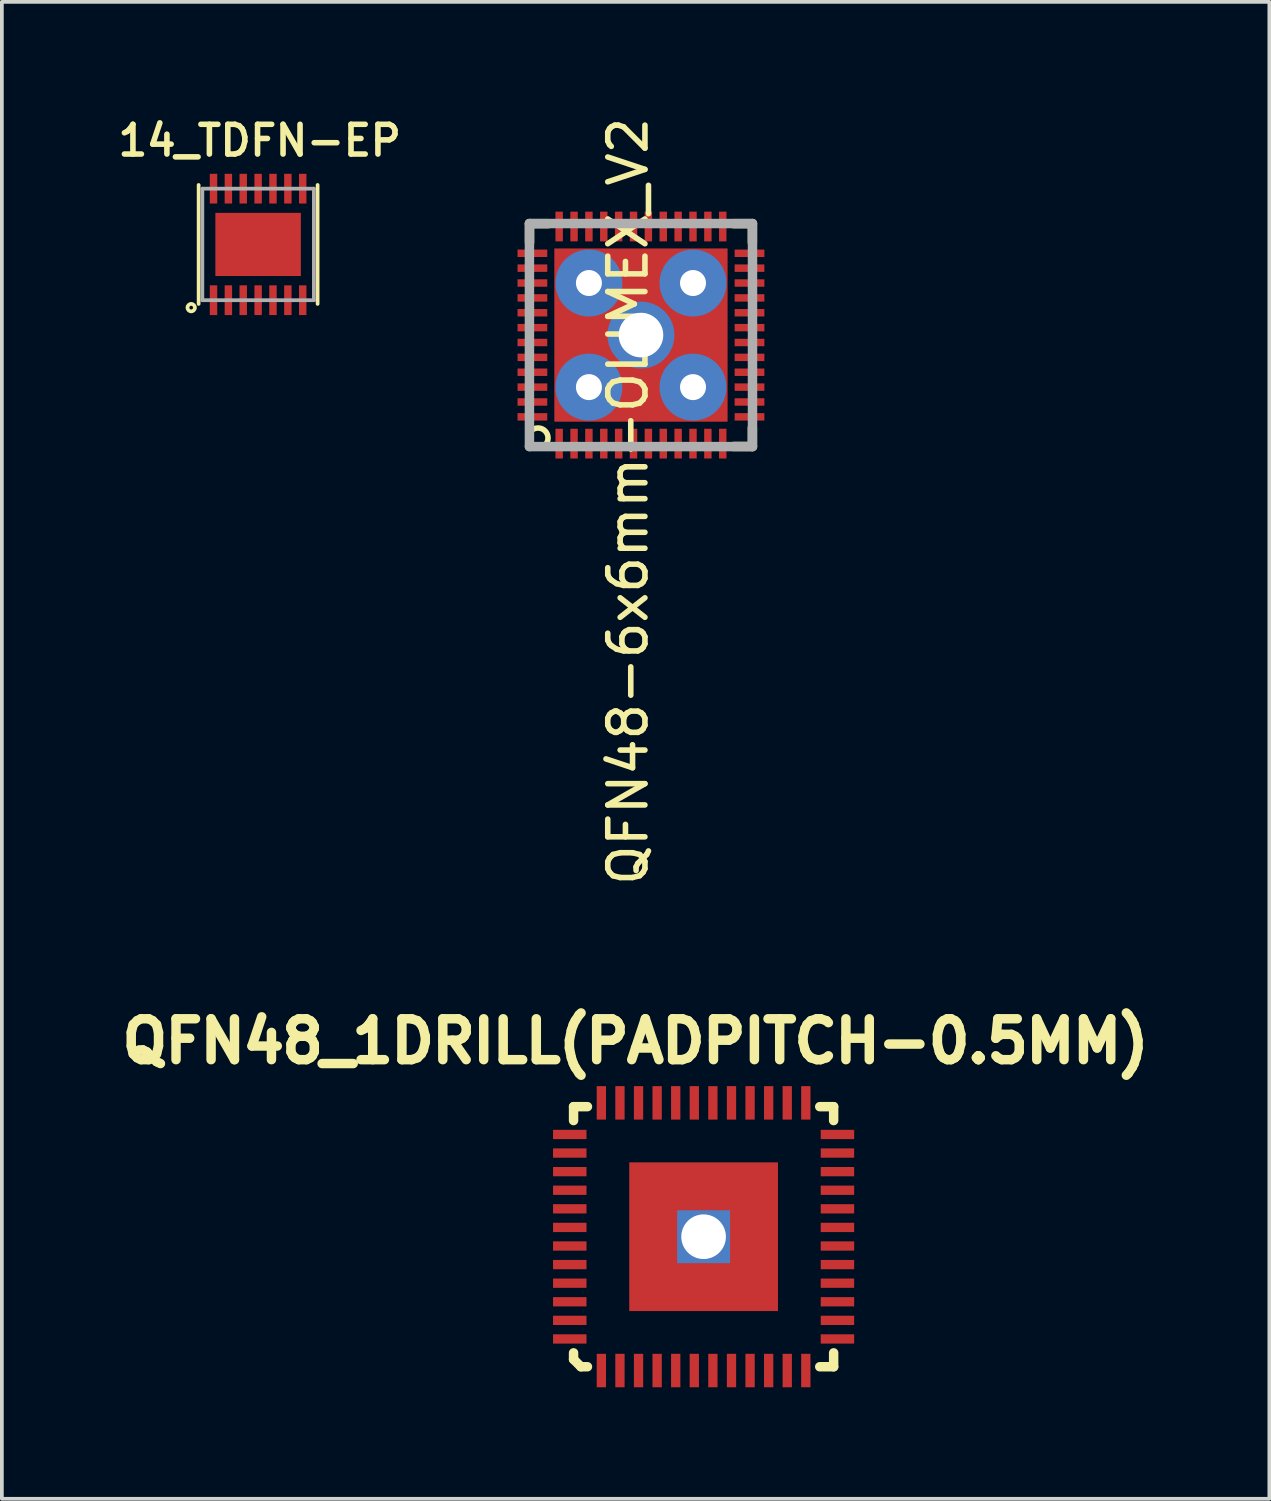
<source format=kicad_pcb>
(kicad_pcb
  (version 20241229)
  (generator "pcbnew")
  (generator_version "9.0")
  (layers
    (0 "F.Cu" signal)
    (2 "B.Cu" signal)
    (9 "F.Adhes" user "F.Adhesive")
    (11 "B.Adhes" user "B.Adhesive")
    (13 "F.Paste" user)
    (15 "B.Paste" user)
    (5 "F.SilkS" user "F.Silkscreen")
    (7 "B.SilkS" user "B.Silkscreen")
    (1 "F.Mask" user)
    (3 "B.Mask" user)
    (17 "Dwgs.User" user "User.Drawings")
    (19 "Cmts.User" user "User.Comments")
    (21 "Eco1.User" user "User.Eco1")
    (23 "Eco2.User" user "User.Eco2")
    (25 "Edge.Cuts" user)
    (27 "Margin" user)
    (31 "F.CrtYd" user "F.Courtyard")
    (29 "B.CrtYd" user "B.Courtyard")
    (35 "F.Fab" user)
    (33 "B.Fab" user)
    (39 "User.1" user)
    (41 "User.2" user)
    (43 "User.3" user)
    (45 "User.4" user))
  (footprint "QFN48-6x6mm-OLIMEX_V2"
    (layer "F.Cu")
    (at 14.191 5.963)
    (property "Reference" "QFN48-6x6mm-OLIMEX_V2" (at -0.348 4.472 90) (layer "F.SilkS") (effects (font (size 1 1) (thickness 0.15))))
    (attr smd)
    (fp_line (start -2.997 -2.997) (end -2.997 -2.489) (stroke (width 0.254) (type solid)) (layer "F.SilkS"))
    (fp_line (start -2.489 -2.997) (end -2.997 -2.997) (stroke (width 0.254) (type solid)) (layer "F.SilkS"))
    (fp_line (start 2.489 -2.997) (end 2.997 -2.997) (stroke (width 0.254) (type solid)) (layer "F.SilkS"))
    (fp_line (start 2.997 -2.997) (end 2.997 -2.489) (stroke (width 0.254) (type solid)) (layer "F.SilkS"))
    (fp_line (start 2.997 2.489) (end 2.997 2.997) (stroke (width 0.254) (type solid)) (layer "F.SilkS"))
    (fp_line (start 2.997 2.997) (end 2.489 2.997) (stroke (width 0.254) (type solid)) (layer "F.SilkS"))
    (fp_circle (center -2.769 2.769) (end -2.972 2.946) (stroke (width 0.15) (type solid)) (fill no) (layer "F.SilkS"))
    (fp_line (start -3 -3) (end 3 -3) (stroke (width 0.254) (type solid)) (layer "F.Fab"))
    (fp_line (start -3 3) (end -3 -3) (stroke (width 0.254) (type solid)) (layer "F.Fab"))
    (fp_line (start 3 -3) (end 3 3) (stroke (width 0.254) (type solid)) (layer "F.Fab"))
    (fp_line (start 3 3) (end -3 3) (stroke (width 0.254) (type solid)) (layer "F.Fab"))
    (pad "1" smd rect (at -2.2 2.92) (size 0.2 0.8) (layers "F.Cu" "F.Mask" "F.Paste"))
    (pad "2" smd rect (at -1.8 2.92) (size 0.2 0.8) (layers "F.Cu" "F.Mask" "F.Paste"))
    (pad "3" smd rect (at -1.4 2.92) (size 0.2 0.8) (layers "F.Cu" "F.Mask" "F.Paste"))
    (pad "4" smd rect (at -1 2.92) (size 0.2 0.8) (layers "F.Cu" "F.Mask" "F.Paste"))
    (pad "5" smd rect (at -0.6 2.92) (size 0.2 0.8) (layers "F.Cu" "F.Mask" "F.Paste"))
    (pad "6" smd rect (at -0.2 2.92) (size 0.2 0.8) (layers "F.Cu" "F.Mask" "F.Paste"))
    (pad "7" smd rect (at 0.2 2.92) (size 0.2 0.8) (layers "F.Cu" "F.Mask" "F.Paste"))
    (pad "8" smd rect (at 0.6 2.92) (size 0.2 0.8) (layers "F.Cu" "F.Mask" "F.Paste"))
    (pad "9" smd rect (at 1 2.92) (size 0.2 0.8) (layers "F.Cu" "F.Mask" "F.Paste"))
    (pad "10" smd rect (at 1.4 2.92) (size 0.2 0.8) (layers "F.Cu" "F.Mask" "F.Paste"))
    (pad "11" smd rect (at 1.8 2.92) (size 0.2 0.8) (layers "F.Cu" "F.Mask" "F.Paste"))
    (pad "12" smd rect (at 2.2 2.92) (size 0.2 0.8) (layers "F.Cu" "F.Mask" "F.Paste"))
    (pad "13" smd rect (at 2.92 2.2 90) (size 0.2 0.8) (layers "F.Cu" "F.Mask" "F.Paste"))
    (pad "14" smd rect (at 2.92 1.8 90) (size 0.2 0.8) (layers "F.Cu" "F.Mask" "F.Paste"))
    (pad "15" smd rect (at 2.92 1.4 90) (size 0.2 0.8) (layers "F.Cu" "F.Mask" "F.Paste"))
    (pad "16" smd rect (at 2.92 1 90) (size 0.2 0.8) (layers "F.Cu" "F.Mask" "F.Paste"))
    (pad "17" smd rect (at 2.92 0.6 90) (size 0.2 0.8) (layers "F.Cu" "F.Mask" "F.Paste"))
    (pad "18" smd rect (at 2.92 0.2 90) (size 0.2 0.8) (layers "F.Cu" "F.Mask" "F.Paste"))
    (pad "19" smd rect (at 2.92 -0.2 90) (size 0.2 0.8) (layers "F.Cu" "F.Mask" "F.Paste"))
    (pad "20" smd rect (at 2.92 -0.6 90) (size 0.2 0.8) (layers "F.Cu" "F.Mask" "F.Paste"))
    (pad "21" smd rect (at 2.92 -1 90) (size 0.2 0.8) (layers "F.Cu" "F.Mask" "F.Paste"))
    (pad "22" smd rect (at 2.92 -1.4 90) (size 0.2 0.8) (layers "F.Cu" "F.Mask" "F.Paste"))
    (pad "23" smd rect (at 2.92 -1.8 90) (size 0.2 0.8) (layers "F.Cu" "F.Mask" "F.Paste"))
    (pad "24" smd rect (at 2.92 -2.2 90) (size 0.2 0.8) (layers "F.Cu" "F.Mask" "F.Paste"))
    (pad "25" smd rect (at 2.2 -2.92 180) (size 0.2 0.8) (layers "F.Cu" "F.Mask" "F.Paste"))
    (pad "26" smd rect (at 1.8 -2.92 180) (size 0.2 0.8) (layers "F.Cu" "F.Mask" "F.Paste"))
    (pad "27" smd rect (at 1.4 -2.92 180) (size 0.2 0.8) (layers "F.Cu" "F.Mask" "F.Paste"))
    (pad "28" smd rect (at 1 -2.92 180) (size 0.2 0.8) (layers "F.Cu" "F.Mask" "F.Paste"))
    (pad "29" smd rect (at 0.6 -2.92 180) (size 0.2 0.8) (layers "F.Cu" "F.Mask" "F.Paste"))
    (pad "30" smd rect (at 0.2 -2.92 180) (size 0.2 0.8) (layers "F.Cu" "F.Mask" "F.Paste"))
    (pad "31" smd rect (at -0.2 -2.92 180) (size 0.2 0.8) (layers "F.Cu" "F.Mask" "F.Paste"))
    (pad "32" smd rect (at -0.6 -2.92 180) (size 0.2 0.8) (layers "F.Cu" "F.Mask" "F.Paste"))
    (pad "33" smd rect (at -1 -2.92 180) (size 0.2 0.8) (layers "F.Cu" "F.Mask" "F.Paste"))
    (pad "34" smd rect (at -1.4 -2.92 180) (size 0.2 0.8) (layers "F.Cu" "F.Mask" "F.Paste"))
    (pad "35" smd rect (at -1.8 -2.92 180) (size 0.2 0.8) (layers "F.Cu" "F.Mask" "F.Paste"))
    (pad "36" smd rect (at -2.2 -2.92 180) (size 0.2 0.8) (layers "F.Cu" "F.Mask" "F.Paste"))
    (pad "37" smd rect (at -2.92 -2.2 270) (size 0.2 0.8) (layers "F.Cu" "F.Mask" "F.Paste"))
    (pad "38" smd rect (at -2.92 -1.8 270) (size 0.2 0.8) (layers "F.Cu" "F.Mask" "F.Paste"))
    (pad "39" smd rect (at -2.92 -1.4 270) (size 0.2 0.8) (layers "F.Cu" "F.Mask" "F.Paste"))
    (pad "40" smd rect (at -2.92 -1 270) (size 0.2 0.8) (layers "F.Cu" "F.Mask" "F.Paste"))
    (pad "41" smd rect (at -2.92 -0.6 270) (size 0.2 0.8) (layers "F.Cu" "F.Mask" "F.Paste"))
    (pad "42" smd rect (at -2.92 -0.2 270) (size 0.2 0.8) (layers "F.Cu" "F.Mask" "F.Paste"))
    (pad "43" smd rect (at -2.92 0.2 270) (size 0.2 0.8) (layers "F.Cu" "F.Mask" "F.Paste"))
    (pad "44" smd rect (at -2.92 0.6 270) (size 0.2 0.8) (layers "F.Cu" "F.Mask" "F.Paste"))
    (pad "45" smd rect (at -2.92 1 270) (size 0.2 0.8) (layers "F.Cu" "F.Mask" "F.Paste"))
    (pad "46" smd rect (at -2.92 1.4 270) (size 0.2 0.8) (layers "F.Cu" "F.Mask" "F.Paste"))
    (pad "47" smd rect (at -2.92 1.8 270) (size 0.2 0.8) (layers "F.Cu" "F.Mask" "F.Paste"))
    (pad "48" smd rect (at -2.92 2.2 270) (size 0.2 0.8) (layers "F.Cu" "F.Mask" "F.Paste"))
    (pad "49" smd oval (at -1.6 0 90) (size 1.8 1.4) (layers "F.Cu" "F.Mask" "F.Paste"))
    (pad "49" thru_hole oval (at -1.4 -1.4) (size 1.8 1.8) (drill 0.7) (layers "*.Cu" "B.Mask"))
    (pad "49" thru_hole oval (at -1.4 1.4) (size 1.8 1.8) (drill 0.7) (layers "*.Cu" "*.Mask"))
    (pad "49" smd rect (at -1.165 -1.165) (size 2.33 2.33) (layers "F.Cu" "F.Mask"))
    (pad "49" smd rect (at -1.165 1.165) (size 2.33 2.33) (layers "F.Cu" "F.Mask"))
    (pad "49" smd oval (at 0 -1.6) (size 1.8 1.4) (layers "F.Cu" "F.Mask" "F.Paste"))
    (pad "49" thru_hole oval (at 0 0) (size 1.8 1.8) (drill 1.2) (layers "*.Cu" "B.Mask"))
    (pad "49" smd oval (at 0 1.6) (size 1.8 1.4) (layers "F.Cu" "F.Mask" "F.Paste"))
    (pad "49" smd rect (at 1.165 -1.165) (size 2.33 2.33) (layers "F.Cu" "F.Mask"))
    (pad "49" smd rect (at 1.165 1.165) (size 2.33 2.33) (layers "F.Cu" "F.Mask"))
    (pad "49" thru_hole oval (at 1.4 -1.4) (size 1.8 1.8) (drill 0.7) (layers "*.Cu" "B.Mask"))
    (pad "49" thru_hole oval (at 1.4 1.4) (size 1.8 1.8) (drill 0.7) (layers "*.Cu" "B.Mask"))
    (pad "49" smd oval (at 1.6 0 90) (size 1.8 1.4) (layers "F.Cu" "F.Mask" "F.Paste")))
  (footprint "QFN48_1DRILL(PADPITCH-0.5MM)"
    (layer "F.Cu")
    (at 15.876 30.216)
    (property "Reference" "QFN48_1DRILL(PADPITCH-0.5MM)" (at -1.829 -5.258 0) (layer "F.SilkS") (effects (font (size 1.1 1.1) (thickness 0.254))))
    (attr smd)
    (fp_line (start -3.498 -3.498) (end -3.124 -3.498) (stroke (width 0.254) (type solid)) (layer "F.SilkS"))
    (fp_line (start -3.498 -3.124) (end -3.498 -3.498) (stroke (width 0.254) (type solid)) (layer "F.SilkS"))
    (fp_line (start -3.498 3.299) (end -3.498 3.124) (stroke (width 0.254) (type solid)) (layer "F.SilkS"))
    (fp_line (start -3.299 3.498) (end -3.498 3.299) (stroke (width 0.254) (type solid)) (layer "F.SilkS"))
    (fp_line (start -3.124 3.498) (end -3.299 3.498) (stroke (width 0.254) (type solid)) (layer "F.SilkS"))
    (fp_line (start 3.124 -3.498) (end 3.498 -3.498) (stroke (width 0.254) (type solid)) (layer "F.SilkS"))
    (fp_line (start 3.498 -3.498) (end 3.498 -3.124) (stroke (width 0.254) (type solid)) (layer "F.SilkS"))
    (fp_line (start 3.498 3.124) (end 3.498 3.498) (stroke (width 0.254) (type solid)) (layer "F.SilkS"))
    (fp_line (start 3.498 3.498) (end 3.124 3.498) (stroke (width 0.254) (type solid)) (layer "F.SilkS"))
    (pad "" smd rect (at -1.295 -1.295) (size 1 1) (layers "F.Paste"))
    (pad "" smd rect (at -1.295 0) (size 1 1) (layers "F.Paste"))
    (pad "" smd rect (at -1.295 1.295) (size 1 1) (layers "F.Paste"))
    (pad "" smd rect (at 0 -1.295) (size 1 1) (layers "F.Paste"))
    (pad "" smd rect (at 0 1.295) (size 1 1) (layers "F.Paste"))
    (pad "" smd rect (at 1.295 -1.295) (size 1 1) (layers "F.Paste"))
    (pad "" smd rect (at 1.295 0) (size 1 1) (layers "F.Paste"))
    (pad "" smd rect (at 1.295 1.295) (size 1 1) (layers "F.Paste"))
    (pad "1" smd rect (at -2.75 3.6) (size 0.25 0.9) (layers "F.Cu" "F.Mask" "F.Paste"))
    (pad "2" smd rect (at -2.25 3.6) (size 0.25 0.9) (layers "F.Cu" "F.Mask" "F.Paste"))
    (pad "3" smd rect (at -1.75 3.6) (size 0.25 0.9) (layers "F.Cu" "F.Mask" "F.Paste"))
    (pad "4" smd rect (at -1.25 3.6) (size 0.25 0.9) (layers "F.Cu" "F.Mask" "F.Paste"))
    (pad "5" smd rect (at -0.75 3.6) (size 0.25 0.9) (layers "F.Cu" "F.Mask" "F.Paste"))
    (pad "6" smd rect (at -0.25 3.6) (size 0.25 0.9) (layers "F.Cu" "F.Mask" "F.Paste"))
    (pad "7" smd rect (at 0.25 3.6) (size 0.25 0.9) (layers "F.Cu" "F.Mask" "F.Paste"))
    (pad "8" smd rect (at 0.75 3.6) (size 0.25 0.9) (layers "F.Cu" "F.Mask" "F.Paste"))
    (pad "9" smd rect (at 1.25 3.6) (size 0.25 0.9) (layers "F.Cu" "F.Mask" "F.Paste"))
    (pad "10" smd rect (at 1.75 3.6) (size 0.25 0.9) (layers "F.Cu" "F.Mask" "F.Paste"))
    (pad "11" smd rect (at 2.25 3.6) (size 0.25 0.9) (layers "F.Cu" "F.Mask" "F.Paste"))
    (pad "12" smd rect (at 2.75 3.6) (size 0.25 0.9) (layers "F.Cu" "F.Mask" "F.Paste"))
    (pad "13" smd rect (at 3.6 2.75 90) (size 0.25 0.9) (layers "F.Cu" "F.Mask" "F.Paste"))
    (pad "14" smd rect (at 3.6 2.25 90) (size 0.25 0.9) (layers "F.Cu" "F.Mask" "F.Paste"))
    (pad "15" smd rect (at 3.6 1.75 90) (size 0.25 0.9) (layers "F.Cu" "F.Mask" "F.Paste"))
    (pad "16" smd rect (at 3.6 1.25 90) (size 0.25 0.9) (layers "F.Cu" "F.Mask" "F.Paste"))
    (pad "17" smd rect (at 3.6 0.75 90) (size 0.25 0.9) (layers "F.Cu" "F.Mask" "F.Paste"))
    (pad "18" smd rect (at 3.6 0.25 90) (size 0.25 0.9) (layers "F.Cu" "F.Mask" "F.Paste"))
    (pad "19" smd rect (at 3.6 -0.25 90) (size 0.25 0.9) (layers "F.Cu" "F.Mask" "F.Paste"))
    (pad "20" smd rect (at 3.6 -0.75 90) (size 0.25 0.9) (layers "F.Cu" "F.Mask" "F.Paste"))
    (pad "21" smd rect (at 3.6 -1.25 90) (size 0.25 0.9) (layers "F.Cu" "F.Mask" "F.Paste"))
    (pad "22" smd rect (at 3.6 -1.75 90) (size 0.25 0.9) (layers "F.Cu" "F.Mask" "F.Paste"))
    (pad "23" smd rect (at 3.6 -2.25 90) (size 0.25 0.9) (layers "F.Cu" "F.Mask" "F.Paste"))
    (pad "24" smd rect (at 3.6 -2.75 90) (size 0.25 0.9) (layers "F.Cu" "F.Mask" "F.Paste"))
    (pad "25" smd rect (at 2.75 -3.6 180) (size 0.25 0.9) (layers "F.Cu" "F.Mask" "F.Paste"))
    (pad "26" smd rect (at 2.25 -3.6 180) (size 0.25 0.9) (layers "F.Cu" "F.Mask" "F.Paste"))
    (pad "27" smd rect (at 1.75 -3.6 180) (size 0.25 0.9) (layers "F.Cu" "F.Mask" "F.Paste"))
    (pad "28" smd rect (at 1.25 -3.6 180) (size 0.25 0.9) (layers "F.Cu" "F.Mask" "F.Paste"))
    (pad "29" smd rect (at 0.75 -3.6 180) (size 0.25 0.9) (layers "F.Cu" "F.Mask" "F.Paste"))
    (pad "30" smd rect (at 0.25 -3.6 180) (size 0.25 0.9) (layers "F.Cu" "F.Mask" "F.Paste"))
    (pad "31" smd rect (at -0.25 -3.6 180) (size 0.25 0.9) (layers "F.Cu" "F.Mask" "F.Paste"))
    (pad "32" smd rect (at -0.75 -3.6 180) (size 0.25 0.9) (layers "F.Cu" "F.Mask" "F.Paste"))
    (pad "33" smd rect (at -1.25 -3.6 180) (size 0.25 0.9) (layers "F.Cu" "F.Mask" "F.Paste"))
    (pad "34" smd rect (at -1.75 -3.6 180) (size 0.25 0.9) (layers "F.Cu" "F.Mask" "F.Paste"))
    (pad "35" smd rect (at -2.25 -3.6 180) (size 0.25 0.9) (layers "F.Cu" "F.Mask" "F.Paste"))
    (pad "36" smd rect (at -2.75 -3.6 180) (size 0.25 0.9) (layers "F.Cu" "F.Mask" "F.Paste"))
    (pad "37" smd rect (at -3.6 -2.75 270) (size 0.25 0.9) (layers "F.Cu" "F.Mask" "F.Paste"))
    (pad "38" smd rect (at -3.6 -2.25 270) (size 0.25 0.9) (layers "F.Cu" "F.Mask" "F.Paste"))
    (pad "39" smd rect (at -3.6 -1.75 270) (size 0.25 0.9) (layers "F.Cu" "F.Mask" "F.Paste"))
    (pad "40" smd rect (at -3.6 -1.25 270) (size 0.25 0.9) (layers "F.Cu" "F.Mask" "F.Paste"))
    (pad "41" smd rect (at -3.6 -0.75 270) (size 0.25 0.9) (layers "F.Cu" "F.Mask" "F.Paste"))
    (pad "42" smd rect (at -3.6 -0.25 270) (size 0.25 0.9) (layers "F.Cu" "F.Mask" "F.Paste"))
    (pad "43" smd rect (at -3.6 0.25 270) (size 0.25 0.9) (layers "F.Cu" "F.Mask" "F.Paste"))
    (pad "44" smd rect (at -3.6 0.75 270) (size 0.25 0.9) (layers "F.Cu" "F.Mask" "F.Paste"))
    (pad "45" smd rect (at -3.6 1.25 270) (size 0.25 0.9) (layers "F.Cu" "F.Mask" "F.Paste"))
    (pad "46" smd rect (at -3.6 1.75 270) (size 0.25 0.9) (layers "F.Cu" "F.Mask" "F.Paste"))
    (pad "47" smd rect (at -3.6 2.25 270) (size 0.25 0.9) (layers "F.Cu" "F.Mask" "F.Paste"))
    (pad "48" smd rect (at -3.6 2.75 270) (size 0.25 0.9) (layers "F.Cu" "F.Mask" "F.Paste"))
    (pad "49" thru_hole rect (at 0 0) (size 1.422 1.422) (drill 1.2) (layers "*.Cu" "F.Mask"))
    (pad "49" smd rect (at 0 0) (size 4 4) (layers "F.Cu" "F.Mask")))
  (footprint "14_TDFN-EP"
    (layer "F.Cu")
    (at 3.893 3.525)
    (property "Reference" "14_TDFN-EP" (at 0.042 -2.794 0) (layer "F.SilkS") (effects (font (size 0.8 0.8) (thickness 0.15))))
    (attr through_hole)
    (fp_line (start -1.6 -1.6) (end -1.6 1.6) (stroke (width 0.1) (type solid)) (layer "F.SilkS"))
    (fp_line (start 1.6 -1.6) (end 1.6 1.6) (stroke (width 0.1) (type solid)) (layer "F.SilkS"))
    (fp_circle (center -1.8 1.7) (end -1.8 1.8) (stroke (width 0.1) (type solid)) (fill no) (layer "F.SilkS"))
    (fp_line (start -1.5 -1.5) (end -1.5 1.5) (stroke (width 0.1) (type solid)) (layer "F.Fab"))
    (fp_line (start -1.5 1.5) (end 1.5 1.5) (stroke (width 0.1) (type solid)) (layer "F.Fab"))
    (fp_line (start 1.5 -1.5) (end -1.5 -1.5) (stroke (width 0.1) (type solid)) (layer "F.Fab"))
    (fp_line (start 1.5 1.5) (end 1.5 -1.5) (stroke (width 0.1) (type solid)) (layer "F.Fab"))
    (pad "0" smd rect (at -0.55 -0.4) (size 1 0.75) (layers "F.Cu" "F.Paste"))
    (pad "0" smd rect (at -0.55 0.4) (size 1 0.75) (layers "F.Cu" "F.Paste"))
    (pad "0" smd rect (at 0 0) (size 2.3 1.7) (layers "F.Cu" "F.Mask"))
    (pad "0" smd rect (at 0.55 -0.4) (size 1 0.75) (layers "F.Cu" "F.Paste"))
    (pad "0" smd rect (at 0.55 0.4) (size 1 0.75) (layers "F.Cu" "F.Paste"))
    (pad "1" smd rect (at -1.2 1.5) (size 0.2 0.8) (layers "F.Cu" "F.Mask" "F.Paste"))
    (pad "2" smd rect (at -0.8 1.5) (size 0.2 0.8) (layers "F.Cu" "F.Mask" "F.Paste"))
    (pad "3" smd rect (at -0.4 1.5) (size 0.2 0.8) (layers "F.Cu" "F.Mask" "F.Paste"))
    (pad "4" smd rect (at 0 1.5) (size 0.2 0.8) (layers "F.Cu" "F.Mask" "F.Paste"))
    (pad "5" smd rect (at 0.4 1.5) (size 0.2 0.8) (layers "F.Cu" "F.Mask" "F.Paste"))
    (pad "6" smd rect (at 0.8 1.5) (size 0.2 0.8) (layers "F.Cu" "F.Mask" "F.Paste"))
    (pad "7" smd rect (at 1.2 1.5) (size 0.2 0.8) (layers "F.Cu" "F.Mask" "F.Paste"))
    (pad "8" smd rect (at 1.2 -1.5) (size 0.2 0.8) (layers "F.Cu" "F.Mask" "F.Paste"))
    (pad "9" smd rect (at 0.8 -1.5) (size 0.2 0.8) (layers "F.Cu" "F.Mask" "F.Paste"))
    (pad "10" smd rect (at 0.4 -1.5) (size 0.2 0.8) (layers "F.Cu" "F.Mask" "F.Paste"))
    (pad "11" smd rect (at 0 -1.5) (size 0.2 0.8) (layers "F.Cu" "F.Mask" "F.Paste"))
    (pad "12" smd rect (at -0.4 -1.5) (size 0.2 0.8) (layers "F.Cu" "F.Mask" "F.Paste"))
    (pad "13" smd rect (at -0.8 -1.5) (size 0.2 0.8) (layers "F.Cu" "F.Mask" "F.Paste"))
    (pad "14" smd rect (at -1.2 -1.5) (size 0.2 0.8) (layers "F.Cu" "F.Mask" "F.Paste")))
  (gr_rect
    (start -3 -3)
    (end 31.094 37.266)
    (stroke (width 0.1) (type default))
    (fill no)
    (layer "Edge.Cuts")))
</source>
